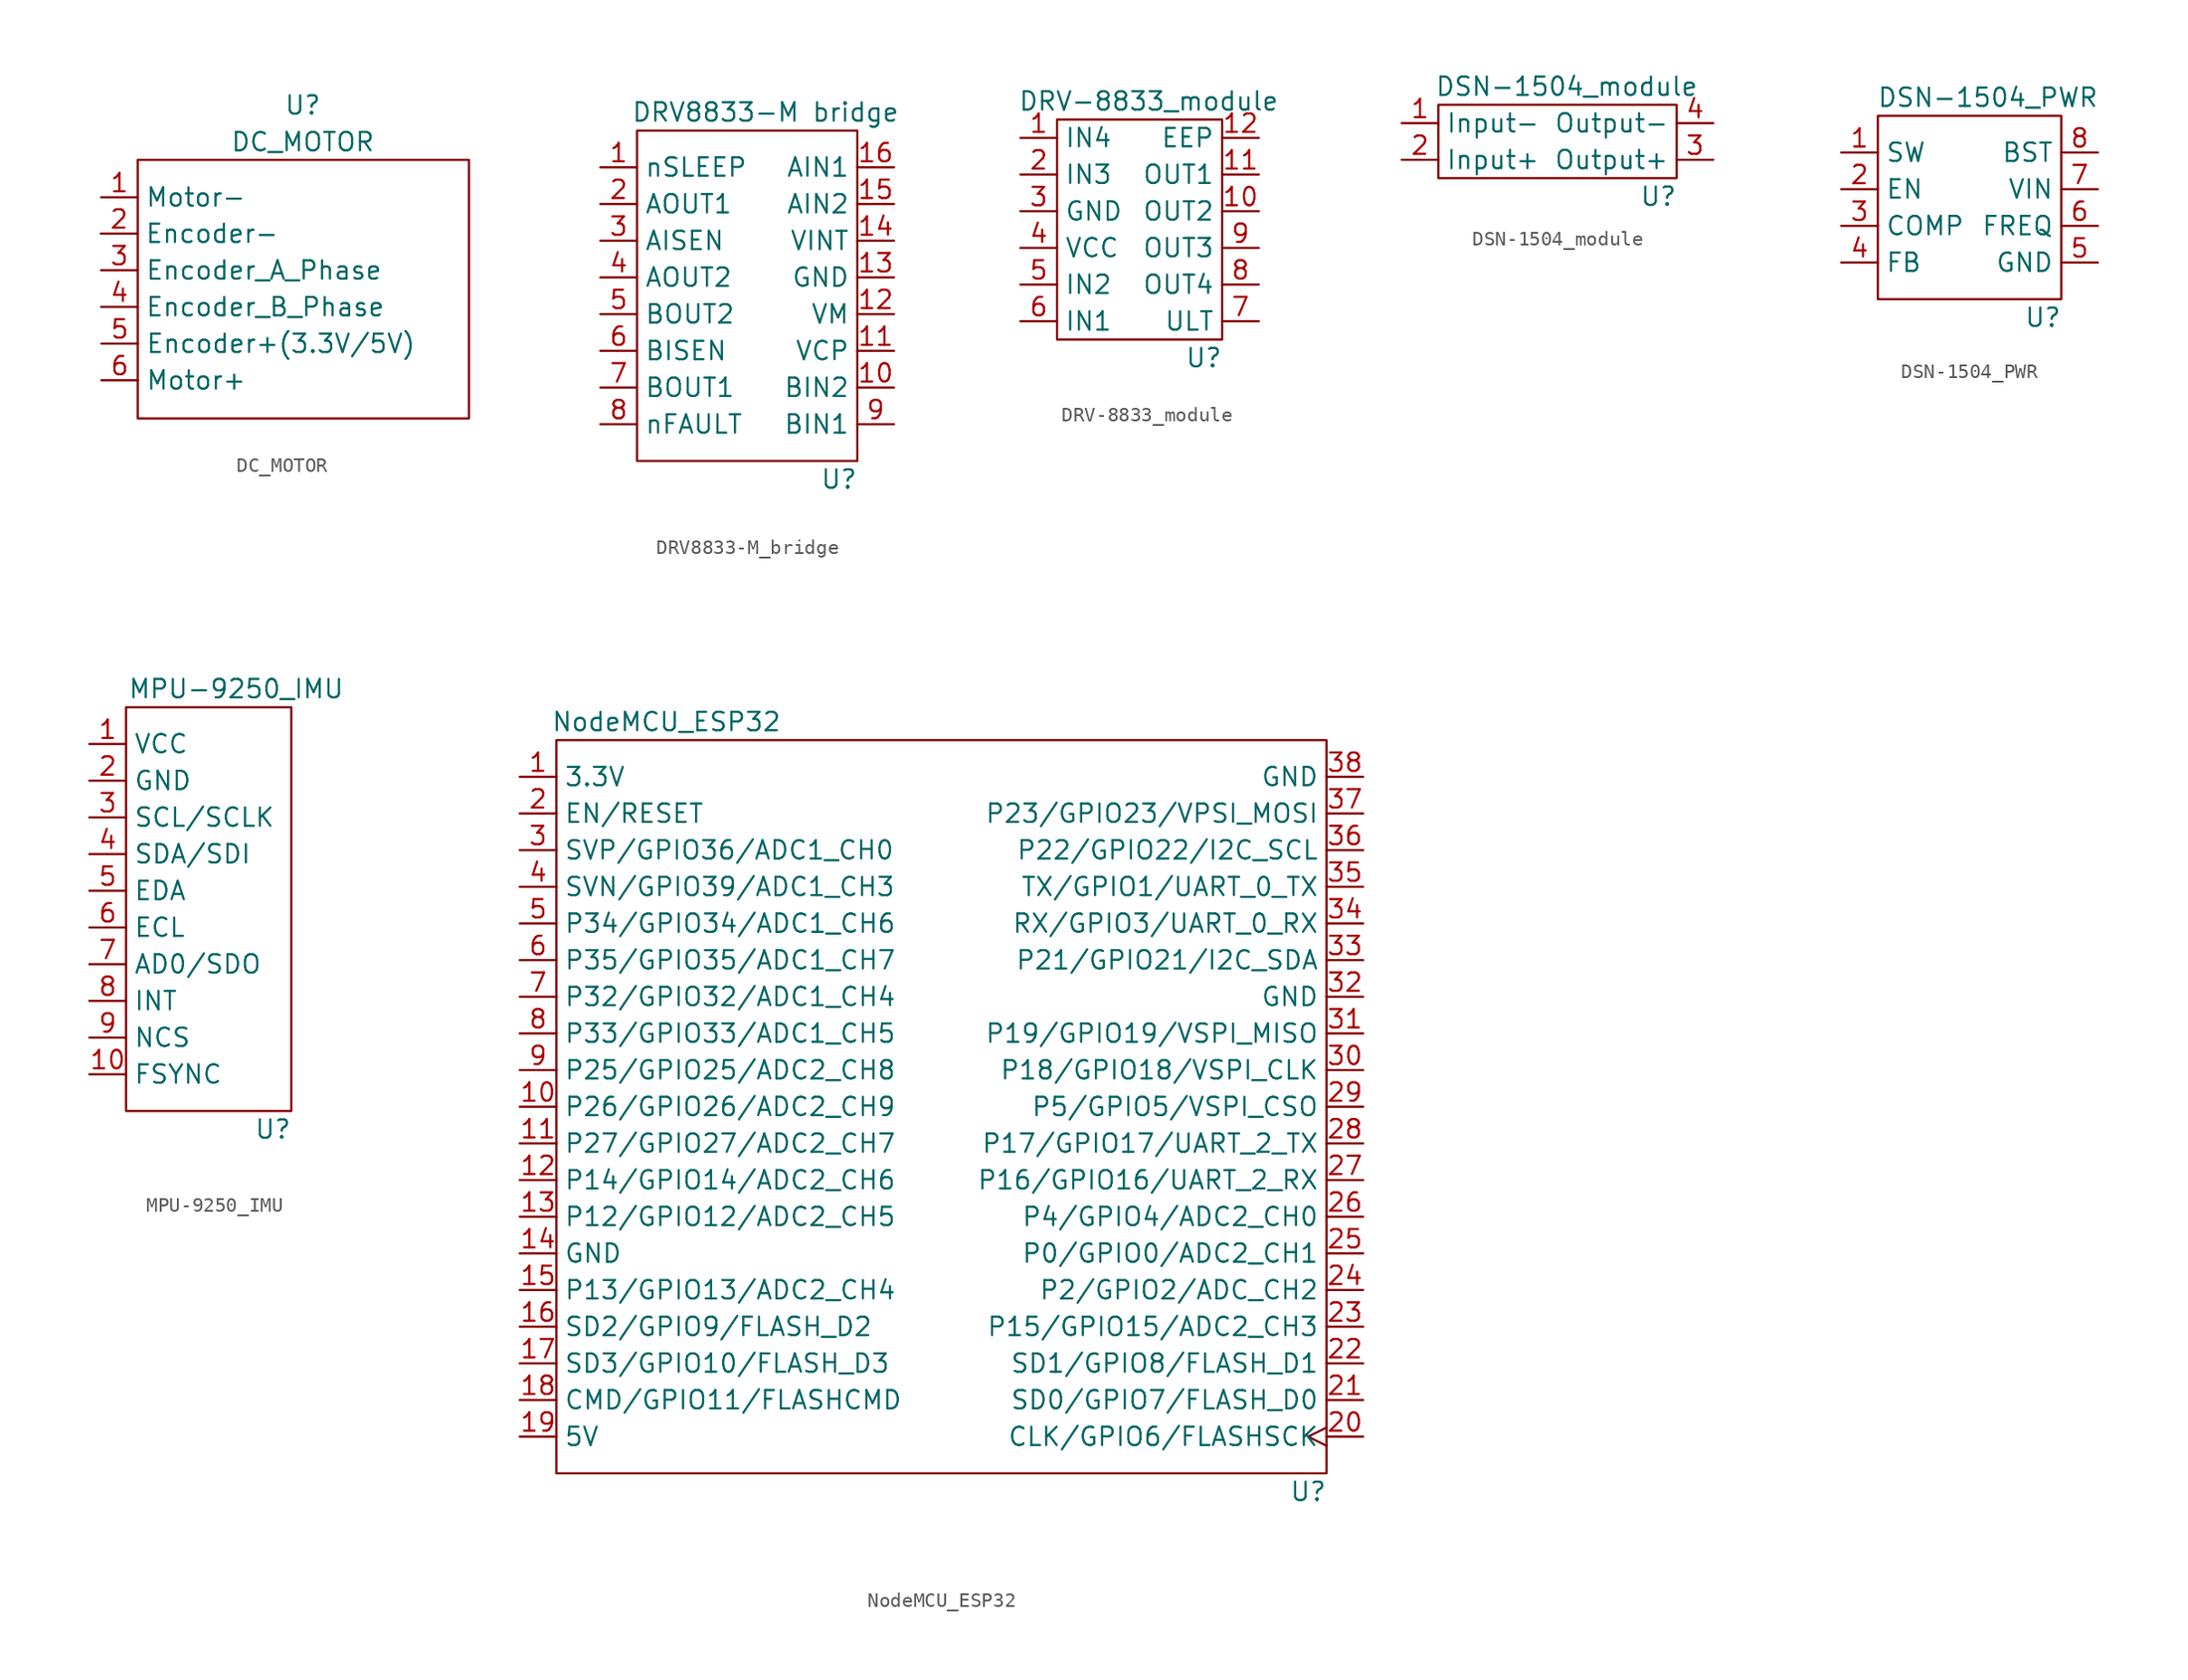
<source format=kicad_sym>
(kicad_symbol_lib
  (version 20220914)
  (generator kicad_symbol_editor)
  (symbol "DC_MOTOR"
    (property "Reference" "U"
      (at 0 12.7 0)
      (effects (font (size 1.27 1.27))))
    (property "Value" "DC_MOTOR"
      (at 0 10.16 0)
      (effects (font (size 1.27 1.27))))
    (symbol "DC_MOTOR_0_1"
      (rectangle (start -11.43 8.915) (end 11.506 -8.992) (stroke (width 0) (type default)) (fill (type none))))
    (symbol "DC_MOTOR_1_1"
      (pin input line (at -13.97 6.325 0) (length 2.54) (name "Motor-" (effects (font (size 1.27 1.27)))) (number "1" (effects (font (size 1.27 1.27)))))
      (pin power_in line (at -13.995 3.81 0) (length 2.54) (name "Encoder-" (effects (font (size 1.27 1.27)))) (number "2" (effects (font (size 1.27 1.27)))))
      (pin output line (at -13.97 1.27 0) (length 2.54) (name "Encoder_A_Phase" (effects (font (size 1.27 1.27)))) (number "3" (effects (font (size 1.27 1.27)))))
      (pin output line (at -13.97 -1.27 0) (length 2.54) (name "Encoder_B_Phase" (effects (font (size 1.27 1.27)))) (number "4" (effects (font (size 1.27 1.27)))))
      (pin power_in line (at -13.945 -3.81 0) (length 2.54) (name "Encoder+(3.3V/5V)" (effects (font (size 1.27 1.27)))) (number "5" (effects (font (size 1.27 1.27)))))
      (pin input line (at -13.945 -6.35 0) (length 2.54) (name "Motor+" (effects (font (size 1.27 1.27)))) (number "6" (effects (font (size 1.27 1.27)))))))
  (symbol "DRV8833-M_bridge"
    (property "Reference" "U"
      (at 6.35 -12.7 0)
      (effects (font (size 1.27 1.27))))
    (property "Value" "DRV8833-M bridge"
      (at 1.27 12.7 0)
      (effects (font (size 1.27 1.27))))
    (symbol "DRV8833-M_bridge_0_1"
      (rectangle (start -7.62 11.43) (end 7.62 -11.43) (stroke (width 0) (type default)) (fill (type none))))
    (symbol "DRV8833-M_bridge_1_1"
      (pin input line (at -10.16 8.89 0) (length 2.54) (name "nSLEEP" (effects (font (size 1.27 1.27)))) (number "1" (effects (font (size 1.27 1.27)))))
      (pin input line (at 10.16 -6.35 180) (length 2.54) (name "BIN2" (effects (font (size 1.27 1.27)))) (number "10" (effects (font (size 1.27 1.27)))))
      (pin bidirectional line (at 10.16 -3.81 180) (length 2.54) (name "VCP" (effects (font (size 1.27 1.27)))) (number "11" (effects (font (size 1.27 1.27)))))
      (pin output line (at 10.16 -1.27 180) (length 2.54) (name "VM" (effects (font (size 1.27 1.27)))) (number "12" (effects (font (size 1.27 1.27)))))
      (pin output line (at 10.16 1.27 180) (length 2.54) (name "GND" (effects (font (size 1.27 1.27)))) (number "13" (effects (font (size 1.27 1.27)))))
      (pin output line (at 10.16 3.81 180) (length 2.54) (name "VINT" (effects (font (size 1.27 1.27)))) (number "14" (effects (font (size 1.27 1.27)))))
      (pin input line (at 10.16 6.35 180) (length 2.54) (name "AIN2" (effects (font (size 1.27 1.27)))) (number "15" (effects (font (size 1.27 1.27)))))
      (pin input line (at 10.16 8.89 180) (length 2.54) (name "AIN1" (effects (font (size 1.27 1.27)))) (number "16" (effects (font (size 1.27 1.27)))))
      (pin output line (at -10.16 6.35 0) (length 2.54) (name "AOUT1" (effects (font (size 1.27 1.27)))) (number "2" (effects (font (size 1.27 1.27)))))
      (pin bidirectional line (at -10.16 3.81 0) (length 2.54) (name "AISEN" (effects (font (size 1.27 1.27)))) (number "3" (effects (font (size 1.27 1.27)))))
      (pin output line (at -10.16 1.27 0) (length 2.54) (name "AOUT2" (effects (font (size 1.27 1.27)))) (number "4" (effects (font (size 1.27 1.27)))))
      (pin output line (at -10.16 -1.27 0) (length 2.54) (name "BOUT2" (effects (font (size 1.27 1.27)))) (number "5" (effects (font (size 1.27 1.27)))))
      (pin bidirectional line (at -10.16 -3.81 0) (length 2.54) (name "BISEN" (effects (font (size 1.27 1.27)))) (number "6" (effects (font (size 1.27 1.27)))))
      (pin output line (at -10.16 -6.35 0) (length 2.54) (name "BOUT1" (effects (font (size 1.27 1.27)))) (number "7" (effects (font (size 1.27 1.27)))))
      (pin output line (at -10.16 -8.89 0) (length 2.54) (name "nFAULT" (effects (font (size 1.27 1.27)))) (number "8" (effects (font (size 1.27 1.27)))))
      (pin input line (at 10.16 -8.89 180) (length 2.54) (name "BIN1" (effects (font (size 1.27 1.27)))) (number "9" (effects (font (size 1.27 1.27)))))))
  (symbol "DRV-8833_module"
    (property "Reference" "U"
      (at 5.08 -8.89 0)
      (effects (font (size 1.27 1.27))))
    (property "Value" "DRV-8833_module"
      (at 1.27 8.89 0)
      (effects (font (size 1.27 1.27))))
    (symbol "DRV-8833_module_0_1"
      (rectangle (start -5.08 7.62) (end 6.35 -7.62) (stroke (width 0) (type default)) (fill (type none))))
    (symbol "DRV-8833_module_1_1"
      (pin input line (at -7.62 6.35 0) (length 2.54) (name "IN4" (effects (font (size 1.27 1.27)))) (number "1" (effects (font (size 1.27 1.27)))))
      (pin output line (at 8.89 1.27 180) (length 2.54) (name "OUT2" (effects (font (size 1.27 1.27)))) (number "10" (effects (font (size 1.27 1.27)))))
      (pin output line (at 8.89 3.81 180) (length 2.54) (name "OUT1" (effects (font (size 1.27 1.27)))) (number "11" (effects (font (size 1.27 1.27)))))
      (pin bidirectional line (at 8.89 6.35 180) (length 2.54) (name "EEP" (effects (font (size 1.27 1.27)))) (number "12" (effects (font (size 1.27 1.27)))))
      (pin input line (at -7.62 3.81 0) (length 2.54) (name "IN3" (effects (font (size 1.27 1.27)))) (number "2" (effects (font (size 1.27 1.27)))))
      (pin power_out line (at -7.62 1.27 0) (length 2.54) (name "GND" (effects (font (size 1.27 1.27)))) (number "3" (effects (font (size 1.27 1.27)))))
      (pin power_in line (at -7.62 -1.27 0) (length 2.54) (name "VCC" (effects (font (size 1.27 1.27)))) (number "4" (effects (font (size 1.27 1.27)))))
      (pin input line (at -7.62 -3.81 0) (length 2.54) (name "IN2" (effects (font (size 1.27 1.27)))) (number "5" (effects (font (size 1.27 1.27)))))
      (pin input line (at -7.62 -6.35 0) (length 2.54) (name "IN1" (effects (font (size 1.27 1.27)))) (number "6" (effects (font (size 1.27 1.27)))))
      (pin bidirectional line (at 8.89 -6.35 180) (length 2.54) (name "ULT" (effects (font (size 1.27 1.27)))) (number "7" (effects (font (size 1.27 1.27)))))
      (pin output line (at 8.89 -3.81 180) (length 2.54) (name "OUT4" (effects (font (size 1.27 1.27)))) (number "8" (effects (font (size 1.27 1.27)))))
      (pin output line (at 8.89 -1.27 180) (length 2.54) (name "OUT3" (effects (font (size 1.27 1.27)))) (number "9" (effects (font (size 1.27 1.27)))))))
  (symbol "DSN-1504_module"
    (property "Reference" "U"
      (at 7.62 -3.81 0)
      (effects (font (size 1.27 1.27))))
    (property "Value" "DSN-1504_module"
      (at 1.27 3.81 0)
      (effects (font (size 1.27 1.27))))
    (symbol "DSN-1504_module_0_1"
      (rectangle (start -7.62 2.54) (end 8.89 -2.54) (stroke (width 0) (type default)) (fill (type none))))
    (symbol "DSN-1504_module_1_1"
      (pin power_in line (at -10.16 1.27 0) (length 2.54) (name "Input-" (effects (font (size 1.27 1.27)))) (number "1" (effects (font (size 1.27 1.27)))))
      (pin power_in line (at -10.16 -1.27 0) (length 2.54) (name "Input+" (effects (font (size 1.27 1.27)))) (number "2" (effects (font (size 1.27 1.27)))))
      (pin power_out line (at 11.43 -1.27 180) (length 2.54) (name "Output+" (effects (font (size 1.27 1.27)))) (number "3" (effects (font (size 1.27 1.27)))))
      (pin power_out line (at 11.43 1.27 180) (length 2.54) (name "Output-" (effects (font (size 1.27 1.27)))) (number "4" (effects (font (size 1.27 1.27)))))))
  (symbol "DSN-1504_PWR"
    (property "Reference" "U"
      (at 5.08 -7.62 0)
      (effects (font (size 1.27 1.27))))
    (property "Value" "DSN-1504_PWR"
      (at 1.27 7.62 0)
      (effects (font (size 1.27 1.27))))
    (symbol "DSN-1504_PWR_0_1"
      (rectangle (start -6.35 6.35) (end 6.35 -6.35) (stroke (width 0) (type default)) (fill (type none))))
    (symbol "DSN-1504_PWR_1_1"
      (pin output line (at -8.89 3.81 0) (length 2.54) (name "SW" (effects (font (size 1.27 1.27)))) (number "1" (effects (font (size 1.27 1.27)))))
      (pin input line (at -8.89 1.27 0) (length 2.54) (name "EN" (effects (font (size 1.27 1.27)))) (number "2" (effects (font (size 1.27 1.27)))))
      (pin output line (at -8.89 -1.27 0) (length 2.54) (name "COMP" (effects (font (size 1.27 1.27)))) (number "3" (effects (font (size 1.27 1.27)))))
      (pin input line (at -8.89 -3.81 0) (length 2.54) (name "FB" (effects (font (size 1.27 1.27)))) (number "4" (effects (font (size 1.27 1.27)))))
      (pin power_out line (at 8.89 -3.81 180) (length 2.54) (name "GND" (effects (font (size 1.27 1.27)))) (number "5" (effects (font (size 1.27 1.27)))))
      (pin input line (at 8.89 -1.27 180) (length 2.54) (name "FREQ" (effects (font (size 1.27 1.27)))) (number "6" (effects (font (size 1.27 1.27)))))
      (pin power_in line (at 8.89 1.27 180) (length 2.54) (name "VIN" (effects (font (size 1.27 1.27)))) (number "7" (effects (font (size 1.27 1.27)))))
      (pin power_in line (at 8.89 3.81 180) (length 2.54) (name "BST" (effects (font (size 1.27 1.27)))) (number "8" (effects (font (size 1.27 1.27)))))))
  (symbol "MPU-9250_IMU"
    (property "Reference" "U"
      (at 5.08 -16.51 0)
      (effects (font (size 1.27 1.27))))
    (property "Value" "MPU-9250_IMU"
      (at 2.54 13.97 0)
      (effects (font (size 1.27 1.27))))
    (symbol "MPU-9250_IMU_0_1"
      (rectangle (start -5.08 12.7) (end 6.35 -15.24) (stroke (width 0) (type default)) (fill (type none))))
    (symbol "MPU-9250_IMU_1_1"
      (pin power_in line (at -7.62 10.16 0) (length 2.54) (name "VCC" (effects (font (size 1.27 1.27)))) (number "1" (effects (font (size 1.27 1.27)))))
      (pin bidirectional line (at -7.62 -12.7 0) (length 2.54) (name "FSYNC" (effects (font (size 1.27 1.27)))) (number "10" (effects (font (size 1.27 1.27)))))
      (pin power_out line (at -7.62 7.62 0) (length 2.54) (name "GND" (effects (font (size 1.27 1.27)))) (number "2" (effects (font (size 1.27 1.27)))))
      (pin bidirectional line (at -7.62 5.08 0) (length 2.54) (name "SCL/SCLK" (effects (font (size 1.27 1.27)))) (number "3" (effects (font (size 1.27 1.27)))))
      (pin bidirectional line (at -7.62 2.54 0) (length 2.54) (name "SDA/SDI" (effects (font (size 1.27 1.27)))) (number "4" (effects (font (size 1.27 1.27)))))
      (pin bidirectional line (at -7.62 0 0) (length 2.54) (name "EDA" (effects (font (size 1.27 1.27)))) (number "5" (effects (font (size 1.27 1.27)))))
      (pin bidirectional line (at -7.62 -2.54 0) (length 2.54) (name "ECL" (effects (font (size 1.27 1.27)))) (number "6" (effects (font (size 1.27 1.27)))))
      (pin bidirectional line (at -7.62 -5.08 0) (length 2.54) (name "AD0/SDO" (effects (font (size 1.27 1.27)))) (number "7" (effects (font (size 1.27 1.27)))))
      (pin bidirectional line (at -7.62 -7.62 0) (length 2.54) (name "INT" (effects (font (size 1.27 1.27)))) (number "8" (effects (font (size 1.27 1.27)))))
      (pin bidirectional line (at -7.62 -10.16 0) (length 2.54) (name "NCS" (effects (font (size 1.27 1.27)))) (number "9" (effects (font (size 1.27 1.27)))))))
  (symbol "NodeMCU_ESP32"
    (property "Reference" "U"
      (at 25.4 -26.67 0)
      (effects (font (size 1.27 1.27))))
    (property "Value" "NodeMCU_ESP32"
      (at -19.05 26.67 0)
      (effects (font (size 1.27 1.27))))
    (symbol "NodeMCU_ESP32_0_1"
      (rectangle (start -26.67 25.4) (end 26.67 -25.4) (stroke (width 0) (type default)) (fill (type none))))
    (symbol "NodeMCU_ESP32_1_1"
      (pin power_out line (at -29.21 22.86 0) (length 2.54) (name "3.3V" (effects (font (size 1.27 1.27)))) (number "1" (effects (font (size 1.27 1.27)))))
      (pin bidirectional line (at -29.21 0 0) (length 2.54) (name "P26/GPIO26/ADC2_CH9" (effects (font (size 1.27 1.27)))) (number "10" (effects (font (size 1.27 1.27)))))
      (pin bidirectional line (at -29.21 -2.54 0) (length 2.54) (name "P27/GPIO27/ADC2_CH7" (effects (font (size 1.27 1.27)))) (number "11" (effects (font (size 1.27 1.27)))))
      (pin output line (at -29.21 -5.08 0) (length 2.54) (name "P14/GPIO14/ADC2_CH6" (effects (font (size 1.27 1.27)))) (number "12" (effects (font (size 1.27 1.27)))))
      (pin output line (at -29.21 -7.62 0) (length 2.54) (name "P12/GPIO12/ADC2_CH5" (effects (font (size 1.27 1.27)))) (number "13" (effects (font (size 1.27 1.27)))))
      (pin power_in line (at -29.21 -10.16 0) (length 2.54) (name "GND" (effects (font (size 1.27 1.27)))) (number "14" (effects (font (size 1.27 1.27)))))
      (pin bidirectional line (at -29.21 -12.7 0) (length 2.54) (name "P13/GPIO13/ADC2_CH4" (effects (font (size 1.27 1.27)))) (number "15" (effects (font (size 1.27 1.27)))))
      (pin bidirectional line (at -29.21 -15.24 0) (length 2.54) (name "SD2/GPIO9/FLASH_D2" (effects (font (size 1.27 1.27)))) (number "16" (effects (font (size 1.27 1.27)))))
      (pin bidirectional line (at -29.21 -17.78 0) (length 2.54) (name "SD3/GPIO10/FLASH_D3" (effects (font (size 1.27 1.27)))) (number "17" (effects (font (size 1.27 1.27)))))
      (pin bidirectional line (at -29.21 -20.32 0) (length 2.54) (name "CMD/GPIO11/FLASHCMD" (effects (font (size 1.27 1.27)))) (number "18" (effects (font (size 1.27 1.27)))))
      (pin power_in line (at -29.21 -22.86 0) (length 2.54) (name "5V" (effects (font (size 1.27 1.27)))) (number "19" (effects (font (size 1.27 1.27)))))
      (pin input line (at -29.21 20.32 0) (length 2.54) (name "EN/RESET" (effects (font (size 1.27 1.27)))) (number "2" (effects (font (size 1.27 1.27)))))
      (pin bidirectional clock (at 29.21 -22.86 180) (length 2.54) (name "CLK/GPIO6/FLASHSCK" (effects (font (size 1.27 1.27)))) (number "20" (effects (font (size 1.27 1.27)))))
      (pin bidirectional line (at 29.21 -20.32 180) (length 2.54) (name "SD0/GPIO7/FLASH_D0" (effects (font (size 1.27 1.27)))) (number "21" (effects (font (size 1.27 1.27)))))
      (pin bidirectional line (at 29.21 -17.78 180) (length 2.54) (name "SD1/GPIO8/FLASH_D1" (effects (font (size 1.27 1.27)))) (number "22" (effects (font (size 1.27 1.27)))))
      (pin bidirectional line (at 29.21 -15.24 180) (length 2.54) (name "P15/GPIO15/ADC2_CH3" (effects (font (size 1.27 1.27)))) (number "23" (effects (font (size 1.27 1.27)))))
      (pin input line (at 29.21 -12.7 180) (length 2.54) (name "P2/GPIO2/ADC_CH2" (effects (font (size 1.27 1.27)))) (number "24" (effects (font (size 1.27 1.27)))))
      (pin output line (at 29.21 -10.16 180) (length 2.54) (name "P0/GPIO0/ADC2_CH1" (effects (font (size 1.27 1.27)))) (number "25" (effects (font (size 1.27 1.27)))))
      (pin bidirectional line (at 29.21 -7.62 180) (length 2.54) (name "P4/GPIO4/ADC2_CH0" (effects (font (size 1.27 1.27)))) (number "26" (effects (font (size 1.27 1.27)))))
      (pin bidirectional line (at 29.21 -5.08 180) (length 2.54) (name "P16/GPIO16/UART_2_RX" (effects (font (size 1.27 1.27)))) (number "27" (effects (font (size 1.27 1.27)))))
      (pin bidirectional line (at 29.21 -2.54 180) (length 2.54) (name "P17/GPIO17/UART_2_TX" (effects (font (size 1.27 1.27)))) (number "28" (effects (font (size 1.27 1.27)))))
      (pin bidirectional line (at 29.21 0 180) (length 2.54) (name "P5/GPIO5/VSPI_CSO" (effects (font (size 1.27 1.27)))) (number "29" (effects (font (size 1.27 1.27)))))
      (pin input line (at -29.21 17.78 0) (length 2.54) (name "SVP/GPIO36/ADC1_CH0" (effects (font (size 1.27 1.27)))) (number "3" (effects (font (size 1.27 1.27)))))
      (pin bidirectional line (at 29.21 2.54 180) (length 2.54) (name "P18/GPIO18/VSPI_CLK" (effects (font (size 1.27 1.27)))) (number "30" (effects (font (size 1.27 1.27)))))
      (pin bidirectional line (at 29.21 5.08 180) (length 2.54) (name "P19/GPIO19/VSPI_MISO" (effects (font (size 1.27 1.27)))) (number "31" (effects (font (size 1.27 1.27)))))
      (pin output line (at 29.21 7.62 180) (length 2.54) (name "GND" (effects (font (size 1.27 1.27)))) (number "32" (effects (font (size 1.27 1.27)))))
      (pin bidirectional line (at 29.21 10.16 180) (length 2.54) (name "P21/GPIO21/I2C_SDA" (effects (font (size 1.27 1.27)))) (number "33" (effects (font (size 1.27 1.27)))))
      (pin input line (at 29.21 12.7 180) (length 2.54) (name "RX/GPIO3/UART_0_RX" (effects (font (size 1.27 1.27)))) (number "34" (effects (font (size 1.27 1.27)))))
      (pin output line (at 29.21 15.24 180) (length 2.54) (name "TX/GPIO1/UART_0_TX" (effects (font (size 1.27 1.27)))) (number "35" (effects (font (size 1.27 1.27)))))
      (pin bidirectional line (at 29.21 17.78 180) (length 2.54) (name "P22/GPIO22/I2C_SCL" (effects (font (size 1.27 1.27)))) (number "36" (effects (font (size 1.27 1.27)))))
      (pin bidirectional line (at 29.21 20.32 180) (length 2.54) (name "P23/GPIO23/VPSI_MOSI" (effects (font (size 1.27 1.27)))) (number "37" (effects (font (size 1.27 1.27)))))
      (pin power_in line (at 29.21 22.86 180) (length 2.54) (name "GND" (effects (font (size 1.27 1.27)))) (number "38" (effects (font (size 1.27 1.27)))))
      (pin input line (at -29.21 15.24 0) (length 2.54) (name "SVN/GPIO39/ADC1_CH3" (effects (font (size 1.27 1.27)))) (number "4" (effects (font (size 1.27 1.27)))))
      (pin input line (at -29.21 12.7 0) (length 2.54) (name "P34/GPIO34/ADC1_CH6" (effects (font (size 1.27 1.27)))) (number "5" (effects (font (size 1.27 1.27)))))
      (pin input line (at -29.21 10.16 0) (length 2.54) (name "P35/GPIO35/ADC1_CH7" (effects (font (size 1.27 1.27)))) (number "6" (effects (font (size 1.27 1.27)))))
      (pin bidirectional line (at -29.21 7.62 0) (length 2.54) (name "P32/GPIO32/ADC1_CH4" (effects (font (size 1.27 1.27)))) (number "7" (effects (font (size 1.27 1.27)))))
      (pin bidirectional line (at -29.21 5.08 0) (length 2.54) (name "P33/GPIO33/ADC1_CH5" (effects (font (size 1.27 1.27)))) (number "8" (effects (font (size 1.27 1.27)))))
      (pin bidirectional line (at -29.21 2.54 0) (length 2.54) (name "P25/GPIO25/ADC2_CH8" (effects (font (size 1.27 1.27)))) (number "9" (effects (font (size 1.27 1.27))))))))
</source>
